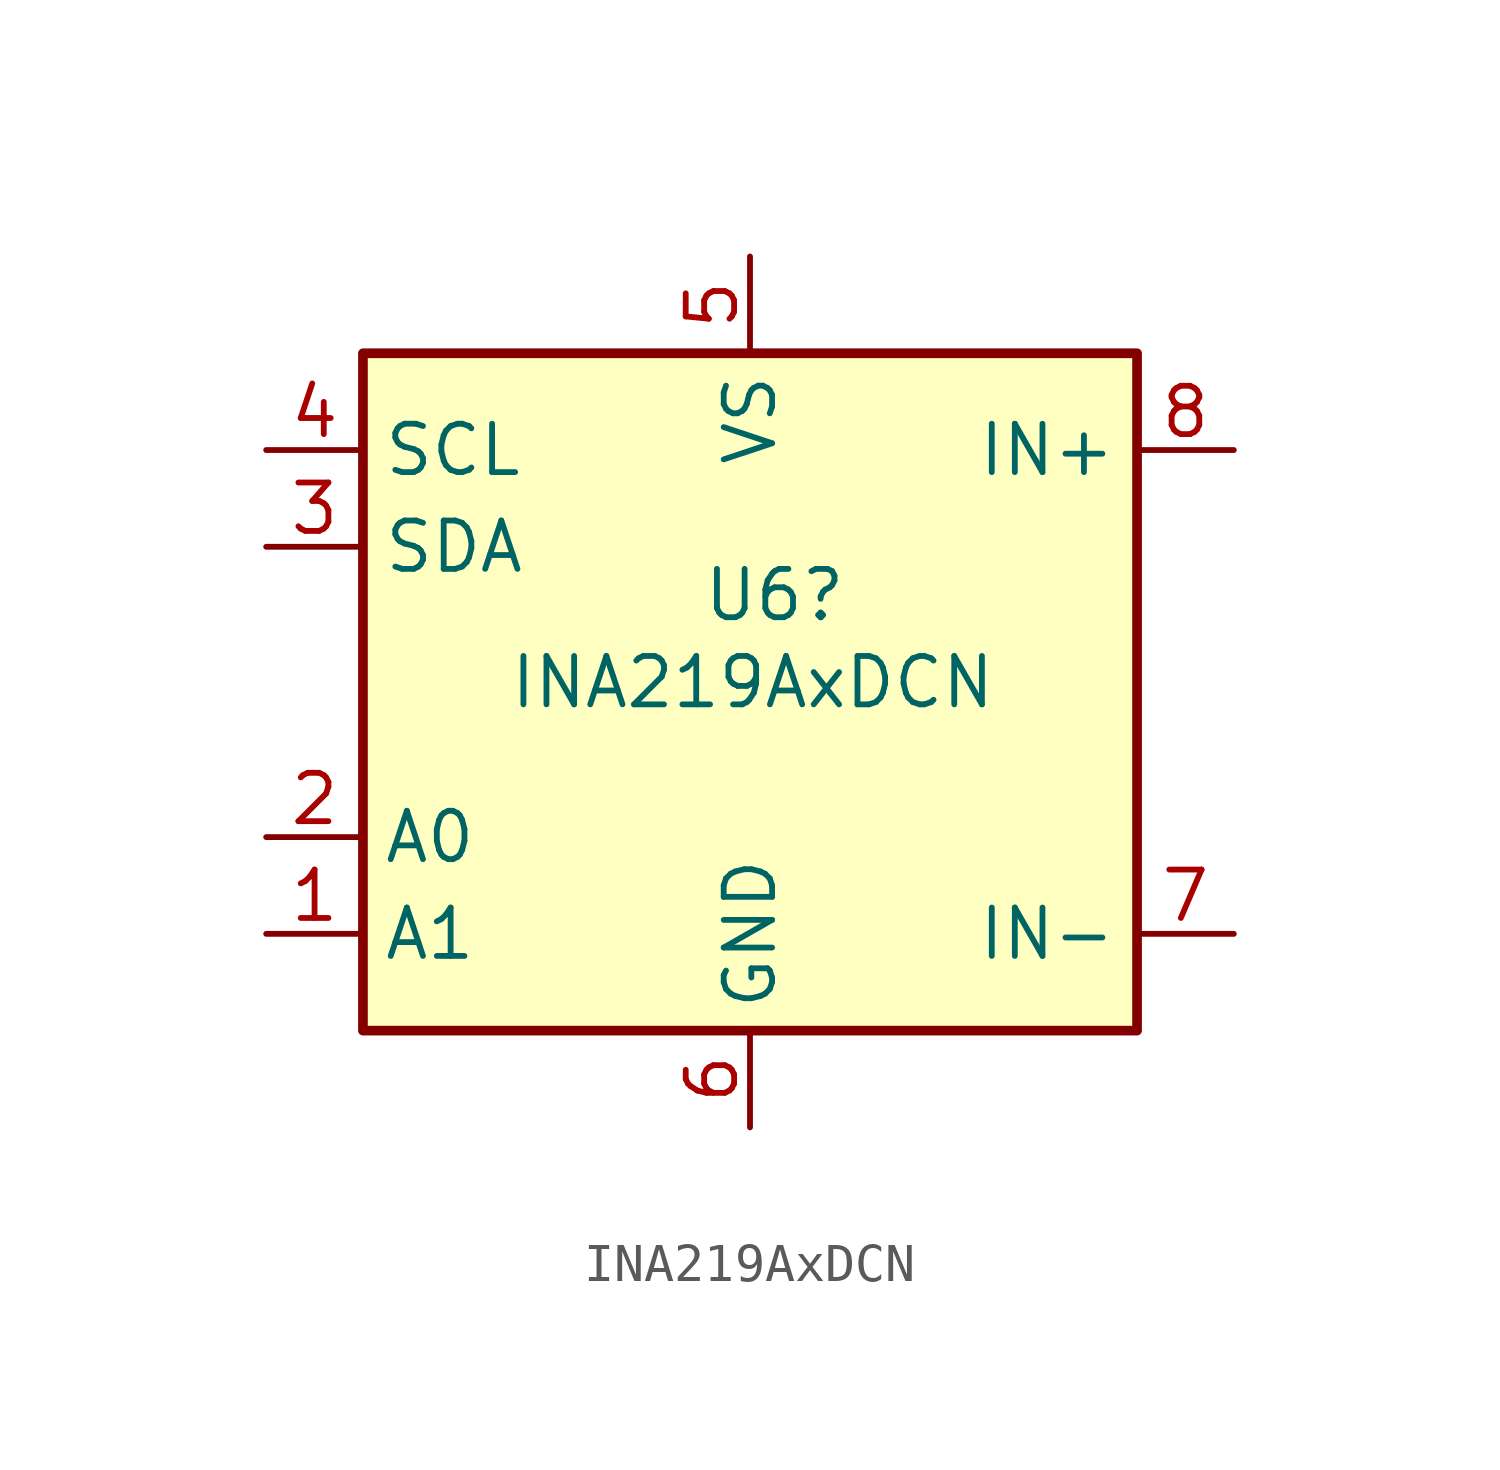
<source format=kicad_sym>
(kicad_symbol_lib
  (version 20241209)
  (generator "kicad_symbol_editor")
  (generator_version "9.0")
  (symbol "INA219AxDCN"
    (property "Reference" "U6"
      (at -1.27 2.54 0)
      (effects (font (size 1.27 1.27)) (justify left)))
    (property "Value" "INA219AxDCN"
      (at -6.35 0.254 0)
      (effects (font (size 1.27 1.27)) (justify left)))
    (property "SNAPEDA_PN" ""
      (at 0 0 0)
      (effects (font (size 1.27 1.27))))
    (symbol "INA219AxDCN_0_1"
      (rectangle (start -10.16 8.89) (end 10.16 -8.89) (stroke (width 0.254) (type default)) (fill (type background))))
    (symbol "INA219AxDCN_1_1"
      (pin input line (at -12.7 6.35 0) (length 2.54) (name "SCL" (effects (font (size 1.27 1.27)))) (number "4" (effects (font (size 1.27 1.27)))))
      (pin bidirectional line (at -12.7 3.81 0) (length 2.54) (name "SDA" (effects (font (size 1.27 1.27)))) (number "3" (effects (font (size 1.27 1.27)))))
      (pin input line (at -12.7 -3.81 0) (length 2.54) (name "A0" (effects (font (size 1.27 1.27)))) (number "2" (effects (font (size 1.27 1.27)))))
      (pin input line (at -12.7 -6.35 0) (length 2.54) (name "A1" (effects (font (size 1.27 1.27)))) (number "1" (effects (font (size 1.27 1.27)))))
      (pin power_in line (at 0 11.43 270) (length 2.54) (name "VS" (effects (font (size 1.27 1.27)))) (number "5" (effects (font (size 1.27 1.27)))))
      (pin power_in line (at 0 -11.43 90) (length 2.54) (name "GND" (effects (font (size 1.27 1.27)))) (number "6" (effects (font (size 1.27 1.27)))))
      (pin input line (at 12.7 6.35 180) (length 2.54) (name "IN+" (effects (font (size 1.27 1.27)))) (number "8" (effects (font (size 1.27 1.27)))))
      (pin input line (at 12.7 -6.35 180) (length 2.54) (name "IN-" (effects (font (size 1.27 1.27)))) (number "7" (effects (font (size 1.27 1.27))))))))
</source>
